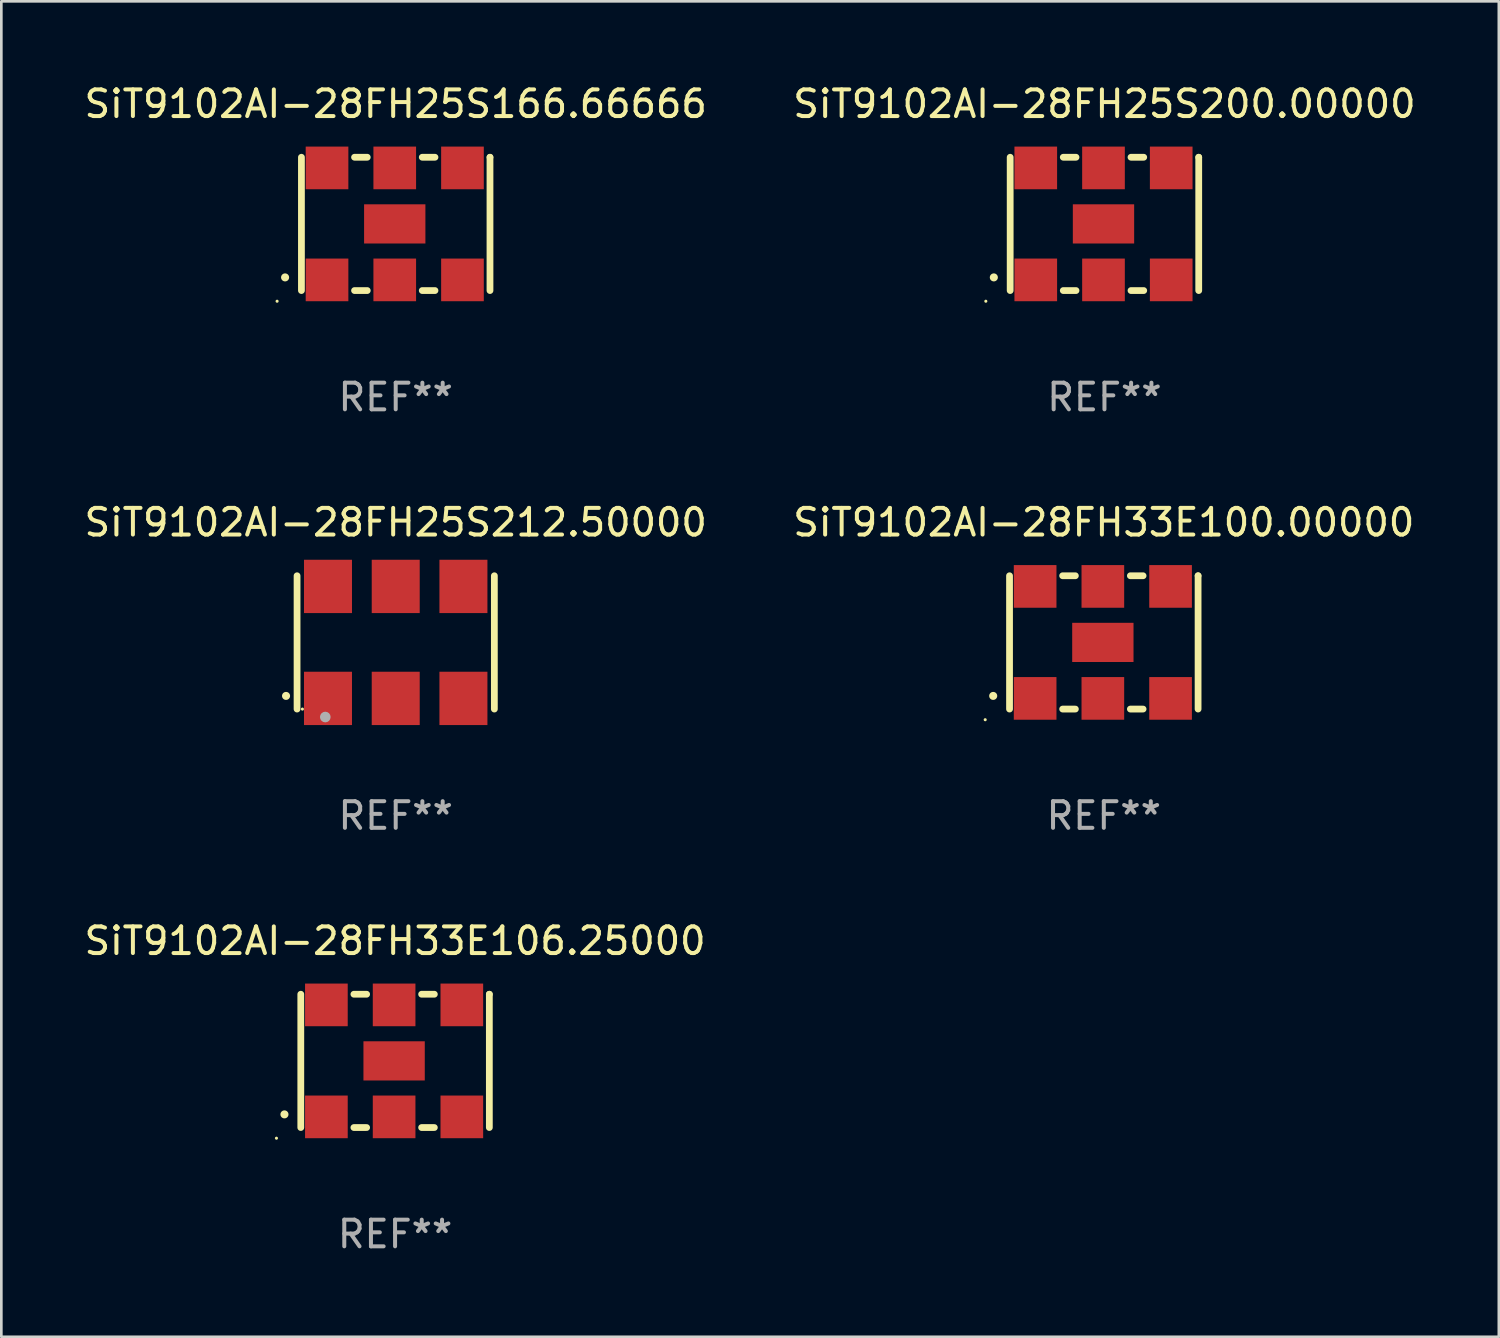
<source format=kicad_pcb>
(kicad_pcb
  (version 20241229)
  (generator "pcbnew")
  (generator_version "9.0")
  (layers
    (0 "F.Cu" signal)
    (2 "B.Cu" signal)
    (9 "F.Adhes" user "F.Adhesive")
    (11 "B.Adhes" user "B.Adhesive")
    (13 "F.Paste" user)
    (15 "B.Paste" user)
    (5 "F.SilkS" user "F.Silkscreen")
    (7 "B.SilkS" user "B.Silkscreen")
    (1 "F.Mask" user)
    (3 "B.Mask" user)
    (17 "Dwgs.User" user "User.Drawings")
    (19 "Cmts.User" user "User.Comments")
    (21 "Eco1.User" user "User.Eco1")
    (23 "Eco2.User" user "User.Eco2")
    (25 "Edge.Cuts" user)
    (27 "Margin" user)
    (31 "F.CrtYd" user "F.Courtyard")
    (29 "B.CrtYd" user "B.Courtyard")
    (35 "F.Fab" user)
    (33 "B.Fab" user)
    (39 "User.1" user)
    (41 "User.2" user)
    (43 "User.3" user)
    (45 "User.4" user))
  (footprint "SiT9102AI-28FH25S200.00000"
    (layer "F.Cu")
    (at 38.375 5.348)
    (property "Reference" "SiT9102AI-28FH25S200.00000" (at 0 -4.5 0) (layer "F.SilkS") (effects (font (size 1 1) (thickness 0.15))))
    (attr through_hole)
    (fp_line (start -3.536 -2.5) (end -3.536 2.5) (stroke (width 0.254) (type solid)) (layer "F.SilkS"))
    (fp_line (start -1.544 2.5) (end -1.067 2.5) (stroke (width 0.254) (type solid)) (layer "F.SilkS"))
    (fp_line (start -1.067 -2.5) (end -1.544 -2.5) (stroke (width 0.254) (type solid)) (layer "F.SilkS"))
    (fp_line (start 0.996 2.5) (end 1.473 2.5) (stroke (width 0.254) (type solid)) (layer "F.SilkS"))
    (fp_line (start 1.473 -2.5) (end 0.996 -2.5) (stroke (width 0.254) (type solid)) (layer "F.SilkS"))
    (fp_line (start 3.536 -2.5) (end 3.536 -2.5) (stroke (width 0.254) (type solid)) (layer "F.SilkS"))
    (fp_line (start 3.536 2.5) (end 3.536 -2.5) (stroke (width 0.254) (type solid)) (layer "F.SilkS"))
    (fp_arc (start -4.150432 2.006604) (mid -4.149162 2.006599) (end -4.147892 2.006604) (stroke (width 0.3) (type solid)) (layer "F.SilkS"))
    (fp_circle (center -4.449 2.9) (end -4.419 2.9) (stroke (width 0.06) (type solid)) (fill no) (layer "F.SilkS"))
    (fp_text user "REF**" (at 0 6.5 0) (layer "F.Fab") (effects (font (size 1 1) (thickness 0.15))))
    (pad "1" smd rect (at -2.576 2.1) (size 1.6 1.6) (layers "F.Cu" "F.Mask" "F.Paste"))
    (pad "2" smd rect (at -0.036 2.1) (size 1.6 1.6) (layers "F.Cu" "F.Mask" "F.Paste"))
    (pad "3" smd rect (at 2.504 2.1) (size 1.6 1.6) (layers "F.Cu" "F.Mask" "F.Paste"))
    (pad "4" smd rect (at 2.504 -2.1) (size 1.6 1.6) (layers "F.Cu" "F.Mask" "F.Paste"))
    (pad "5" smd rect (at -0.036 -2.1) (size 1.6 1.6) (layers "F.Cu" "F.Mask" "F.Paste"))
    (pad "6" smd rect (at -2.576 -2.1) (size 1.6 1.6) (layers "F.Cu" "F.Mask" "F.Paste"))
    (pad "7" smd rect (at -0.036 0) (size 2.3 1.47) (layers "F.Cu" "F.Mask" "F.Paste")))
  (footprint "SiT9102AI-28FH25S212.50000"
    (layer "F.Cu")
    (at 11.792 21.045)
    (property "Reference" "SiT9102AI-28FH25S212.50000" (at 0 -4.5 0) (layer "F.SilkS") (effects (font (size 1 1) (thickness 0.15))))
    (attr through_hole)
    (fp_line (start -3.7 -2.5) (end -3.7 2.5) (stroke (width 0.254) (type solid)) (layer "F.SilkS"))
    (fp_line (start 3.7 -2.5) (end 3.7 2.5) (stroke (width 0.254) (type solid)) (layer "F.SilkS"))
    (fp_arc (start -4.114415 2.006604) (mid -4.113145 2.006599) (end -4.111875 2.006604) (stroke (width 0.3) (type solid)) (layer "F.SilkS"))
    (fp_circle (center -3.5 2.501) (end -3.47 2.501) (stroke (width 0.06) (type solid)) (fill no) (layer "F.SilkS"))
    (fp_circle (center -2.641 2.799) (end -2.541 2.799) (stroke (width 0.2) (type solid)) (fill no) (layer "F.Fab"))
    (fp_text user "REF**" (at 0 6.5 0) (layer "F.Fab") (effects (font (size 1 1) (thickness 0.15))))
    (pad "1" smd rect (at -2.54 2.1) (size 1.8 2) (layers "F.Cu" "F.Mask" "F.Paste"))
    (pad "2" smd rect (at 0.000394 2.1) (size 1.8 2) (layers "F.Cu" "F.Mask" "F.Paste"))
    (pad "3" smd rect (at 2.54 2.1) (size 1.8 2) (layers "F.Cu" "F.Mask" "F.Paste"))
    (pad "4" smd rect (at 2.54 -2.1) (size 1.8 2) (layers "F.Cu" "F.Mask" "F.Paste"))
    (pad "5" smd rect (at 0.000394 -2.1) (size 1.8 2) (layers "F.Cu" "F.Mask" "F.Paste"))
    (pad "6" smd rect (at -2.54 -2.1) (size 1.8 2) (layers "F.Cu" "F.Mask" "F.Paste")))
  (footprint "SiT9102AI-28FH33E106.25000"
    (layer "F.Cu")
    (at 11.768 36.741)
    (property "Reference" "SiT9102AI-28FH33E106.25000" (at 0 -4.5 0) (layer "F.SilkS") (effects (font (size 1 1) (thickness 0.15))))
    (attr through_hole)
    (fp_line (start -3.536 -2.5) (end -3.536 2.5) (stroke (width 0.254) (type solid)) (layer "F.SilkS"))
    (fp_line (start -1.544 2.5) (end -1.067 2.5) (stroke (width 0.254) (type solid)) (layer "F.SilkS"))
    (fp_line (start -1.067 -2.5) (end -1.544 -2.5) (stroke (width 0.254) (type solid)) (layer "F.SilkS"))
    (fp_line (start 0.996 2.5) (end 1.473 2.5) (stroke (width 0.254) (type solid)) (layer "F.SilkS"))
    (fp_line (start 1.473 -2.5) (end 0.996 -2.5) (stroke (width 0.254) (type solid)) (layer "F.SilkS"))
    (fp_line (start 3.536 -2.5) (end 3.536 -2.5) (stroke (width 0.254) (type solid)) (layer "F.SilkS"))
    (fp_line (start 3.536 2.5) (end 3.536 -2.5) (stroke (width 0.254) (type solid)) (layer "F.SilkS"))
    (fp_arc (start -4.150432 2.006604) (mid -4.149162 2.006599) (end -4.147892 2.006604) (stroke (width 0.3) (type solid)) (layer "F.SilkS"))
    (fp_circle (center -4.449 2.9) (end -4.419 2.9) (stroke (width 0.06) (type solid)) (fill no) (layer "F.SilkS"))
    (fp_text user "REF**" (at 0 6.5 0) (layer "F.Fab") (effects (font (size 1 1) (thickness 0.15))))
    (pad "1" smd rect (at -2.576 2.1) (size 1.6 1.6) (layers "F.Cu" "F.Mask" "F.Paste"))
    (pad "2" smd rect (at -0.036 2.1) (size 1.6 1.6) (layers "F.Cu" "F.Mask" "F.Paste"))
    (pad "3" smd rect (at 2.504 2.1) (size 1.6 1.6) (layers "F.Cu" "F.Mask" "F.Paste"))
    (pad "4" smd rect (at 2.504 -2.1) (size 1.6 1.6) (layers "F.Cu" "F.Mask" "F.Paste"))
    (pad "5" smd rect (at -0.036 -2.1) (size 1.6 1.6) (layers "F.Cu" "F.Mask" "F.Paste"))
    (pad "6" smd rect (at -2.576 -2.1) (size 1.6 1.6) (layers "F.Cu" "F.Mask" "F.Paste"))
    (pad "7" smd rect (at -0.036 0) (size 2.3 1.47) (layers "F.Cu" "F.Mask" "F.Paste")))
  (footprint "SiT9102AI-28FH33E100.00000"
    (layer "F.Cu")
    (at 38.351 21.045)
    (property "Reference" "SiT9102AI-28FH33E100.00000" (at 0 -4.5 0) (layer "F.SilkS") (effects (font (size 1 1) (thickness 0.15))))
    (attr through_hole)
    (fp_line (start -3.536 -2.5) (end -3.536 2.5) (stroke (width 0.254) (type solid)) (layer "F.SilkS"))
    (fp_line (start -1.544 2.5) (end -1.067 2.5) (stroke (width 0.254) (type solid)) (layer "F.SilkS"))
    (fp_line (start -1.067 -2.5) (end -1.544 -2.5) (stroke (width 0.254) (type solid)) (layer "F.SilkS"))
    (fp_line (start 0.996 2.5) (end 1.473 2.5) (stroke (width 0.254) (type solid)) (layer "F.SilkS"))
    (fp_line (start 1.473 -2.5) (end 0.996 -2.5) (stroke (width 0.254) (type solid)) (layer "F.SilkS"))
    (fp_line (start 3.536 -2.5) (end 3.536 -2.5) (stroke (width 0.254) (type solid)) (layer "F.SilkS"))
    (fp_line (start 3.536 2.5) (end 3.536 -2.5) (stroke (width 0.254) (type solid)) (layer "F.SilkS"))
    (fp_arc (start -4.150432 2.006604) (mid -4.149162 2.006599) (end -4.147892 2.006604) (stroke (width 0.3) (type solid)) (layer "F.SilkS"))
    (fp_circle (center -4.449 2.9) (end -4.419 2.9) (stroke (width 0.06) (type solid)) (fill no) (layer "F.SilkS"))
    (fp_text user "REF**" (at 0 6.5 0) (layer "F.Fab") (effects (font (size 1 1) (thickness 0.15))))
    (pad "1" smd rect (at -2.576 2.1) (size 1.6 1.6) (layers "F.Cu" "F.Mask" "F.Paste"))
    (pad "2" smd rect (at -0.036 2.1) (size 1.6 1.6) (layers "F.Cu" "F.Mask" "F.Paste"))
    (pad "3" smd rect (at 2.504 2.1) (size 1.6 1.6) (layers "F.Cu" "F.Mask" "F.Paste"))
    (pad "4" smd rect (at 2.504 -2.1) (size 1.6 1.6) (layers "F.Cu" "F.Mask" "F.Paste"))
    (pad "5" smd rect (at -0.036 -2.1) (size 1.6 1.6) (layers "F.Cu" "F.Mask" "F.Paste"))
    (pad "6" smd rect (at -2.576 -2.1) (size 1.6 1.6) (layers "F.Cu" "F.Mask" "F.Paste"))
    (pad "7" smd rect (at -0.036 0) (size 2.3 1.47) (layers "F.Cu" "F.Mask" "F.Paste")))
  (footprint "SiT9102AI-28FH25S166.66666"
    (layer "F.Cu")
    (at 11.792 5.348)
    (property "Reference" "SiT9102AI-28FH25S166.66666" (at 0 -4.5 0) (layer "F.SilkS") (effects (font (size 1 1) (thickness 0.15))))
    (attr through_hole)
    (fp_line (start -3.536 -2.5) (end -3.536 2.5) (stroke (width 0.254) (type solid)) (layer "F.SilkS"))
    (fp_line (start -1.544 2.5) (end -1.067 2.5) (stroke (width 0.254) (type solid)) (layer "F.SilkS"))
    (fp_line (start -1.067 -2.5) (end -1.544 -2.5) (stroke (width 0.254) (type solid)) (layer "F.SilkS"))
    (fp_line (start 0.996 2.5) (end 1.473 2.5) (stroke (width 0.254) (type solid)) (layer "F.SilkS"))
    (fp_line (start 1.473 -2.5) (end 0.996 -2.5) (stroke (width 0.254) (type solid)) (layer "F.SilkS"))
    (fp_line (start 3.536 -2.5) (end 3.536 -2.5) (stroke (width 0.254) (type solid)) (layer "F.SilkS"))
    (fp_line (start 3.536 2.5) (end 3.536 -2.5) (stroke (width 0.254) (type solid)) (layer "F.SilkS"))
    (fp_arc (start -4.150432 2.006604) (mid -4.149162 2.006599) (end -4.147892 2.006604) (stroke (width 0.3) (type solid)) (layer "F.SilkS"))
    (fp_circle (center -4.449 2.9) (end -4.419 2.9) (stroke (width 0.06) (type solid)) (fill no) (layer "F.SilkS"))
    (fp_text user "REF**" (at 0 6.5 0) (layer "F.Fab") (effects (font (size 1 1) (thickness 0.15))))
    (pad "1" smd rect (at -2.576 2.1) (size 1.6 1.6) (layers "F.Cu" "F.Mask" "F.Paste"))
    (pad "2" smd rect (at -0.036 2.1) (size 1.6 1.6) (layers "F.Cu" "F.Mask" "F.Paste"))
    (pad "3" smd rect (at 2.504 2.1) (size 1.6 1.6) (layers "F.Cu" "F.Mask" "F.Paste"))
    (pad "4" smd rect (at 2.504 -2.1) (size 1.6 1.6) (layers "F.Cu" "F.Mask" "F.Paste"))
    (pad "5" smd rect (at -0.036 -2.1) (size 1.6 1.6) (layers "F.Cu" "F.Mask" "F.Paste"))
    (pad "6" smd rect (at -2.576 -2.1) (size 1.6 1.6) (layers "F.Cu" "F.Mask" "F.Paste"))
    (pad "7" smd rect (at -0.036 0) (size 2.3 1.47) (layers "F.Cu" "F.Mask" "F.Paste")))
  (gr_rect
    (start -3 -3)
    (end 53.167 47.09)
    (stroke (width 0.1) (type default))
    (fill no)
    (layer "Edge.Cuts")))
</source>
